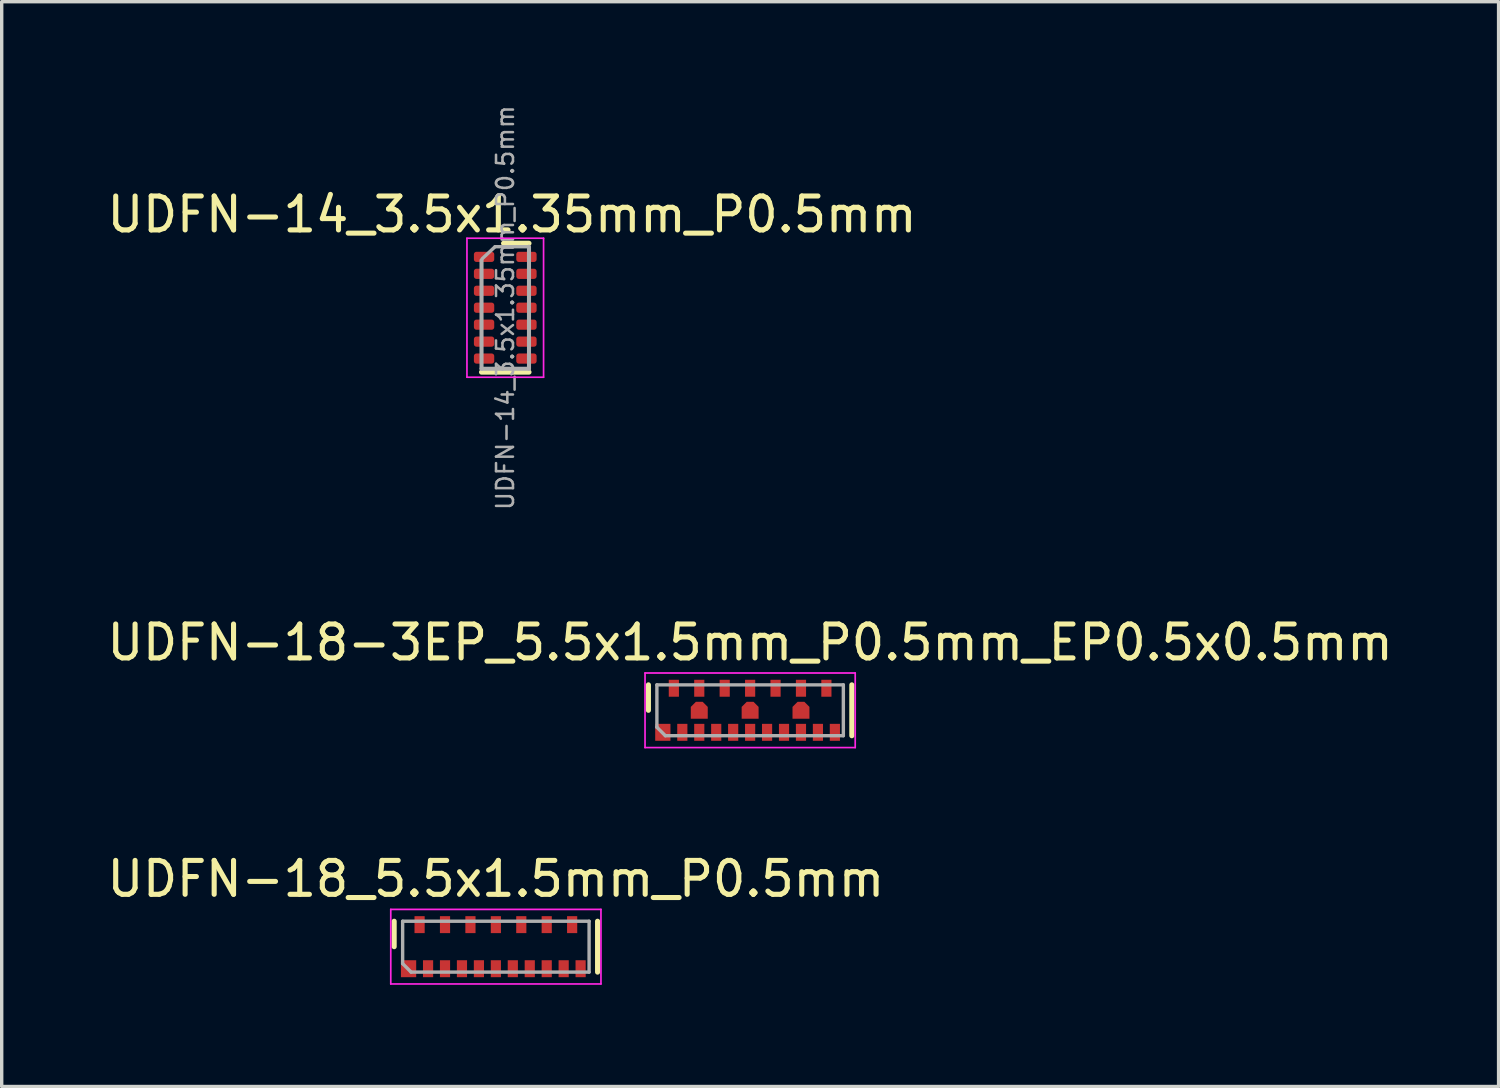
<source format=kicad_pcb>
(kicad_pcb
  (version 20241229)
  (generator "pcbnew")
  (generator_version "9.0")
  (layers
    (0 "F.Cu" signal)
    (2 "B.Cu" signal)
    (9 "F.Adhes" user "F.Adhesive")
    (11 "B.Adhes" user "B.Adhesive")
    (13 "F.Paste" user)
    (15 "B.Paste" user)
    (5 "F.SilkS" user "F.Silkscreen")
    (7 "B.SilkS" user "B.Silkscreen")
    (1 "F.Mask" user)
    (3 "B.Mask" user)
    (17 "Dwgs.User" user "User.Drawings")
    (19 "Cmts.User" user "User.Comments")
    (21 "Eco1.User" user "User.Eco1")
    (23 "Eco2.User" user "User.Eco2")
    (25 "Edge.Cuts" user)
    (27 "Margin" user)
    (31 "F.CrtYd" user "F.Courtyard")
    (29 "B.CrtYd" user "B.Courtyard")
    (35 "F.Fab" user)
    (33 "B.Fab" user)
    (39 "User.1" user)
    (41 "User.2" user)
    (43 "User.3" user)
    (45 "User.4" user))
  (footprint "UDFN-14_3.5x1.35mm_P0.5mm"
    (layer "F.Cu")
    (at 11.854 6.027)
    (property "Reference" "UDFN-14_3.5x1.35mm_P0.5mm" (at 0.2 -2.75 0) (layer "F.SilkS") (effects (font (size 1 1) (thickness 0.15))))
    (attr smd)
    (fp_line (start -0.7 1.9) (end 0.7 1.9) (stroke (width 0.15) (type solid)) (layer "F.SilkS"))
    (fp_line (start 0.7 -1.9) (end -0.05 -1.9) (stroke (width 0.15) (type solid)) (layer "F.SilkS"))
    (fp_line (start -1.13 -2.05) (end -1.13 2.05) (stroke (width 0.05) (type solid)) (layer "F.CrtYd"))
    (fp_line (start -1.13 -2.05) (end 1.13 -2.05) (stroke (width 0.05) (type solid)) (layer "F.CrtYd"))
    (fp_line (start -1.13 2.05) (end 1.13 2.05) (stroke (width 0.05) (type solid)) (layer "F.CrtYd"))
    (fp_line (start 1.13 -2.05) (end 1.13 2.05) (stroke (width 0.05) (type solid)) (layer "F.CrtYd"))
    (fp_line (start -0.7 1.8) (end -0.7 -1.4) (stroke (width 0.12) (type solid)) (layer "F.Fab"))
    (fp_line (start -0.7 1.8) (end 0.7 1.8) (stroke (width 0.12) (type solid)) (layer "F.Fab"))
    (fp_line (start -0.675 -1.45) (end -0.3 -1.8) (stroke (width 0.1) (type solid)) (layer "F.Fab"))
    (fp_line (start -0.3 -1.8) (end 0.675 -1.8) (stroke (width 0.1) (type solid)) (layer "F.Fab"))
    (fp_line (start 0.7 1.8) (end 0.7 -1.8) (stroke (width 0.12) (type solid)) (layer "F.Fab"))
    (fp_text user "${REFERENCE}" (at 0 0 90) (layer "F.Fab") (effects (font (size 0.5 0.5) (thickness 0.075))))
    (pad "1" smd roundrect (at -0.625 -1.5) (size 0.6 0.3) (layers "F.Cu" "F.Mask" "F.Paste") (roundrect_rratio 0.25))
    (pad "2" smd roundrect (at -0.625 -1) (size 0.6 0.3) (layers "F.Cu" "F.Mask" "F.Paste") (roundrect_rratio 0.25))
    (pad "3" smd roundrect (at -0.625 -0.5) (size 0.6 0.3) (layers "F.Cu" "F.Mask" "F.Paste") (roundrect_rratio 0.25))
    (pad "4" smd roundrect (at -0.625 0) (size 0.6 0.3) (layers "F.Cu" "F.Mask" "F.Paste") (roundrect_rratio 0.25))
    (pad "5" smd roundrect (at -0.625 0.5) (size 0.6 0.3) (layers "F.Cu" "F.Mask" "F.Paste") (roundrect_rratio 0.25))
    (pad "6" smd roundrect (at -0.625 1) (size 0.6 0.3) (layers "F.Cu" "F.Mask" "F.Paste") (roundrect_rratio 0.25))
    (pad "7" smd roundrect (at -0.625 1.5) (size 0.6 0.3) (layers "F.Cu" "F.Mask" "F.Paste") (roundrect_rratio 0.25))
    (pad "8" smd roundrect (at 0.625 1.5) (size 0.6 0.3) (layers "F.Cu" "F.Mask" "F.Paste") (roundrect_rratio 0.25))
    (pad "9" smd roundrect (at 0.625 1) (size 0.6 0.3) (layers "F.Cu" "F.Mask" "F.Paste") (roundrect_rratio 0.25))
    (pad "10" smd roundrect (at 0.625 0.5) (size 0.6 0.3) (layers "F.Cu" "F.Mask" "F.Paste") (roundrect_rratio 0.25))
    (pad "11" smd roundrect (at 0.625 0) (size 0.6 0.3) (layers "F.Cu" "F.Mask" "F.Paste") (roundrect_rratio 0.25))
    (pad "12" smd roundrect (at 0.625 -0.5) (size 0.6 0.3) (layers "F.Cu" "F.Mask" "F.Paste") (roundrect_rratio 0.25))
    (pad "13" smd roundrect (at 0.625 -1) (size 0.6 0.3) (layers "F.Cu" "F.Mask" "F.Paste") (roundrect_rratio 0.25))
    (pad "14" smd roundrect (at 0.625 -1.5) (size 0.6 0.3) (layers "F.Cu" "F.Mask" "F.Paste") (roundrect_rratio 0.25)))
  (footprint "UDFN-18_5.5x1.5mm_P0.5mm"
    (layer "F.Cu")
    (at 11.577 24.875)
    (property "Reference" "UDFN-18_5.5x1.5mm_P0.5mm" (at 0 -2 0) (layer "F.SilkS") (effects (font (size 1 1) (thickness 0.15))))
    (attr through_hole)
    (fp_line (start -3 -0.75) (end -3 0) (stroke (width 0.15) (type solid)) (layer "F.SilkS"))
    (fp_line (start 3 -0.75) (end 3 0.75) (stroke (width 0.15) (type solid)) (layer "F.SilkS"))
    (fp_line (start -3.1 -1.1) (end 3.1 -1.1) (stroke (width 0.05) (type solid)) (layer "F.CrtYd"))
    (fp_line (start -3.1 1.1) (end -3.1 -1.1) (stroke (width 0.05) (type solid)) (layer "F.CrtYd"))
    (fp_line (start 3.1 -1.1) (end 3.1 1.1) (stroke (width 0.05) (type solid)) (layer "F.CrtYd"))
    (fp_line (start 3.1 1.1) (end -3.1 1.1) (stroke (width 0.05) (type solid)) (layer "F.CrtYd"))
    (fp_line (start -2.75 -0.75) (end 2.75 -0.75) (stroke (width 0.1) (type solid)) (layer "F.Fab"))
    (fp_line (start -2.75 0.5) (end -2.75 -0.75) (stroke (width 0.1) (type solid)) (layer "F.Fab"))
    (fp_line (start -2.75 0.5) (end -2.5 0.75) (stroke (width 0.1) (type solid)) (layer "F.Fab"))
    (fp_line (start 2.75 -0.75) (end 2.75 0.75) (stroke (width 0.1) (type solid)) (layer "F.Fab"))
    (fp_line (start 2.75 0.75) (end -2.5 0.75) (stroke (width 0.1) (type solid)) (layer "F.Fab"))
    (pad "1" smd rect (at -2.5 0.65) (size 0.45 0.5) (drill (offset -0.075 0)) (layers "F.Cu" "F.Mask" "F.Paste"))
    (pad "2" smd rect (at -2 0.65) (size 0.3 0.5) (layers "F.Cu" "F.Mask" "F.Paste"))
    (pad "3" smd rect (at -1.5 0.65) (size 0.3 0.5) (layers "F.Cu" "F.Mask" "F.Paste"))
    (pad "4" smd rect (at -1 0.65) (size 0.3 0.5) (layers "F.Cu" "F.Mask" "F.Paste"))
    (pad "5" smd rect (at -0.5 0.65) (size 0.3 0.5) (layers "F.Cu" "F.Mask" "F.Paste"))
    (pad "6" smd rect (at 0 0.65) (size 0.3 0.5) (layers "F.Cu" "F.Mask" "F.Paste"))
    (pad "7" smd rect (at 0.5 0.65) (size 0.3 0.5) (layers "F.Cu" "F.Mask" "F.Paste"))
    (pad "8" smd rect (at 1 0.65) (size 0.3 0.5) (layers "F.Cu" "F.Mask" "F.Paste"))
    (pad "9" smd rect (at 1.5 0.65) (size 0.3 0.5) (layers "F.Cu" "F.Mask" "F.Paste"))
    (pad "10" smd rect (at 2 0.65) (size 0.3 0.5) (layers "F.Cu" "F.Mask" "F.Paste"))
    (pad "11" smd rect (at 2.5 0.65) (size 0.3 0.5) (layers "F.Cu" "F.Mask" "F.Paste"))
    (pad "12" smd rect (at 2.25 -0.65) (size 0.3 0.5) (layers "F.Cu" "F.Mask" "F.Paste"))
    (pad "13" smd rect (at 1.5 -0.65) (size 0.3 0.5) (layers "F.Cu" "F.Mask" "F.Paste"))
    (pad "14" smd rect (at 0.75 -0.65) (size 0.3 0.5) (layers "F.Cu" "F.Mask" "F.Paste"))
    (pad "15" smd rect (at 0 -0.65) (size 0.3 0.5) (layers "F.Cu" "F.Mask" "F.Paste"))
    (pad "16" smd rect (at -0.75 -0.65) (size 0.3 0.5) (layers "F.Cu" "F.Mask" "F.Paste"))
    (pad "17" smd rect (at -1.5 -0.65) (size 0.3 0.5) (layers "F.Cu" "F.Mask" "F.Paste"))
    (pad "18" smd rect (at -2.25 -0.65) (size 0.3 0.5) (layers "F.Cu" "F.Mask" "F.Paste")))
  (footprint "UDFN-18-3EP_5.5x1.5mm_P0.5mm_EP0.5x0.5mm"
    (layer "F.Cu")
    (at 19.077 17.902)
    (property "Reference" "UDFN-18-3EP_5.5x1.5mm_P0.5mm_EP0.5x0.5mm" (at 0 -2 0) (layer "F.SilkS") (effects (font (size 1 1) (thickness 0.15))))
    (attr through_hole)
    (fp_line (start -3 -0.75) (end -3 0) (stroke (width 0.15) (type solid)) (layer "F.SilkS"))
    (fp_line (start 3 -0.75) (end 3 0.75) (stroke (width 0.15) (type solid)) (layer "F.SilkS"))
    (fp_line (start -3.1 -1.1) (end 3.1 -1.1) (stroke (width 0.05) (type solid)) (layer "F.CrtYd"))
    (fp_line (start -3.1 1.1) (end -3.1 -1.1) (stroke (width 0.05) (type solid)) (layer "F.CrtYd"))
    (fp_line (start 3.1 -1.1) (end 3.1 1.1) (stroke (width 0.05) (type solid)) (layer "F.CrtYd"))
    (fp_line (start 3.1 1.1) (end -3.1 1.1) (stroke (width 0.05) (type solid)) (layer "F.CrtYd"))
    (fp_line (start -2.75 -0.75) (end 2.75 -0.75) (stroke (width 0.1) (type solid)) (layer "F.Fab"))
    (fp_line (start -2.75 0.5) (end -2.75 -0.75) (stroke (width 0.1) (type solid)) (layer "F.Fab"))
    (fp_line (start -2.75 0.5) (end -2.5 0.75) (stroke (width 0.1) (type solid)) (layer "F.Fab"))
    (fp_line (start 2.75 -0.75) (end 2.75 0.75) (stroke (width 0.1) (type solid)) (layer "F.Fab"))
    (fp_line (start 2.75 0.75) (end -2.5 0.75) (stroke (width 0.1) (type solid)) (layer "F.Fab"))
    (pad "1" smd rect (at -2.5 0.65) (size 0.45 0.5) (drill (offset -0.075 0)) (layers "F.Cu" "F.Mask" "F.Paste"))
    (pad "2" smd rect (at -2 0.65) (size 0.3 0.5) (layers "F.Cu" "F.Mask" "F.Paste"))
    (pad "3" smd rect (at -1.5 0.65) (size 0.3 0.5) (layers "F.Cu" "F.Mask" "F.Paste"))
    (pad "4" smd rect (at -1 0.65) (size 0.3 0.5) (layers "F.Cu" "F.Mask" "F.Paste"))
    (pad "5" smd rect (at -0.5 0.65) (size 0.3 0.5) (layers "F.Cu" "F.Mask" "F.Paste"))
    (pad "6" smd rect (at 0 0.65) (size 0.3 0.5) (layers "F.Cu" "F.Mask" "F.Paste"))
    (pad "7" smd rect (at 0.5 0.65) (size 0.3 0.5) (layers "F.Cu" "F.Mask" "F.Paste"))
    (pad "8" smd rect (at 1 0.65) (size 0.3 0.5) (layers "F.Cu" "F.Mask" "F.Paste"))
    (pad "9" smd rect (at 1.5 0.65) (size 0.3 0.5) (layers "F.Cu" "F.Mask" "F.Paste"))
    (pad "10" smd rect (at 2 0.65) (size 0.3 0.5) (layers "F.Cu" "F.Mask" "F.Paste"))
    (pad "11" smd rect (at 2.5 0.65) (size 0.3 0.5) (layers "F.Cu" "F.Mask" "F.Paste"))
    (pad "12" smd rect (at 2.25 -0.65) (size 0.3 0.5) (layers "F.Cu" "F.Mask" "F.Paste"))
    (pad "13" smd rect (at 1.5 -0.65) (size 0.3 0.5) (layers "F.Cu" "F.Mask" "F.Paste"))
    (pad "14" smd rect (at 0.75 -0.65) (size 0.3 0.5) (layers "F.Cu" "F.Mask" "F.Paste"))
    (pad "15" smd rect (at 0 -0.65) (size 0.3 0.5) (layers "F.Cu" "F.Mask" "F.Paste"))
    (pad "16" smd rect (at -0.75 -0.65) (size 0.3 0.5) (layers "F.Cu" "F.Mask" "F.Paste"))
    (pad "17" smd rect (at -1.5 -0.65) (size 0.3 0.5) (layers "F.Cu" "F.Mask" "F.Paste"))
    (pad "18" smd rect (at -2.25 -0.65) (size 0.3 0.5) (layers "F.Cu" "F.Mask" "F.Paste"))
    (pad "19" smd custom (at -1.5 0) (size 0.3 0.3) (layers "F.Cu" "F.Mask" "F.Paste") (options (anchor rect)) (primitives (gr_poly (pts (xy -0.25 0.25) (xy -0.25 -0.1) (xy -0.1 -0.25) (xy 0.1 -0.25) (xy 0.25 -0.1) (xy 0.25 0.25)) (width 0) (fill yes))))
    (pad "20" smd custom (at 0 0) (size 0.3 0.3) (layers "F.Cu" "F.Mask" "F.Paste") (options (anchor rect)) (primitives (gr_poly (pts (xy -0.25 0.25) (xy -0.25 -0.1) (xy -0.1 -0.25) (xy 0.1 -0.25) (xy 0.25 -0.1) (xy 0.25 0.25)) (width 0) (fill yes))))
    (pad "21" smd custom (at 1.5 0) (size 0.3 0.3) (layers "F.Cu" "F.Mask" "F.Paste") (options (anchor rect)) (primitives (gr_poly (pts (xy -0.25 0.25) (xy -0.25 -0.1) (xy -0.1 -0.25) (xy 0.1 -0.25) (xy 0.25 -0.1) (xy 0.25 0.25)) (width 0) (fill yes)))))
  (gr_rect
    (start -3 -3)
    (end 41.155 29)
    (stroke (width 0.1) (type default))
    (fill no)
    (layer "Edge.Cuts")))
</source>
